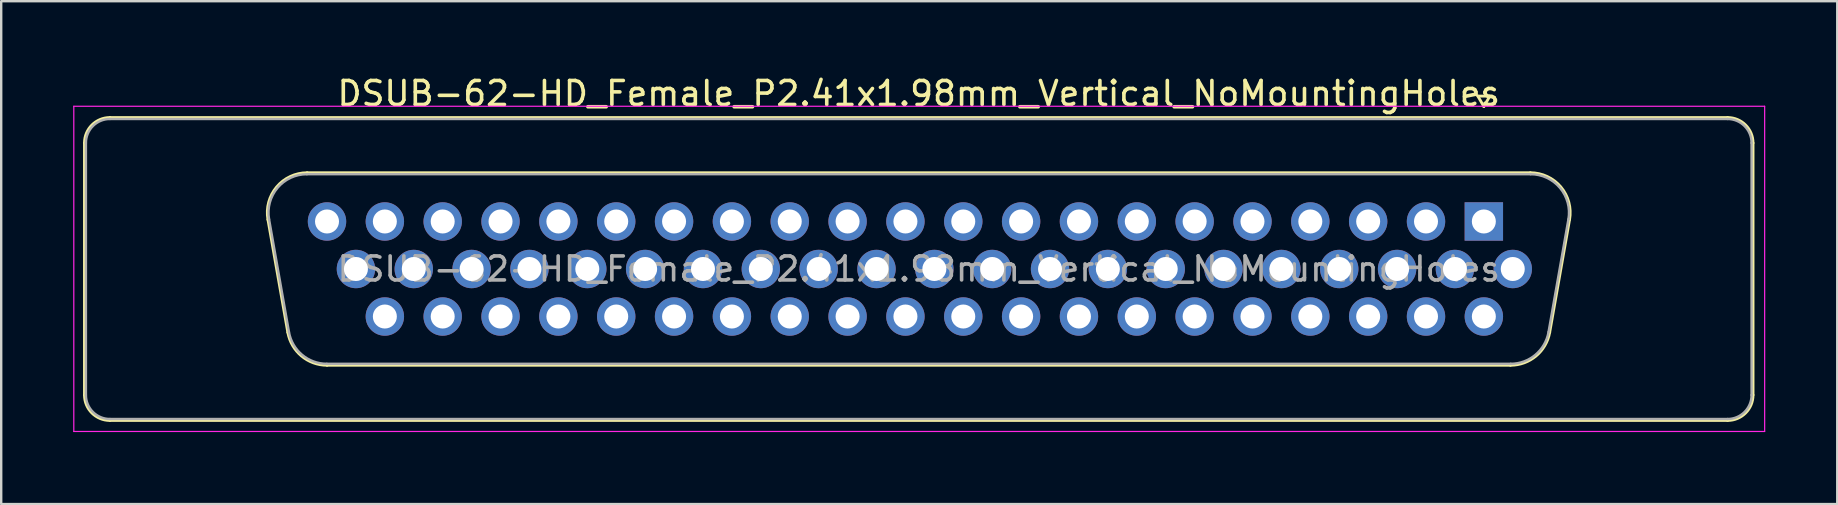
<source format=kicad_pcb>
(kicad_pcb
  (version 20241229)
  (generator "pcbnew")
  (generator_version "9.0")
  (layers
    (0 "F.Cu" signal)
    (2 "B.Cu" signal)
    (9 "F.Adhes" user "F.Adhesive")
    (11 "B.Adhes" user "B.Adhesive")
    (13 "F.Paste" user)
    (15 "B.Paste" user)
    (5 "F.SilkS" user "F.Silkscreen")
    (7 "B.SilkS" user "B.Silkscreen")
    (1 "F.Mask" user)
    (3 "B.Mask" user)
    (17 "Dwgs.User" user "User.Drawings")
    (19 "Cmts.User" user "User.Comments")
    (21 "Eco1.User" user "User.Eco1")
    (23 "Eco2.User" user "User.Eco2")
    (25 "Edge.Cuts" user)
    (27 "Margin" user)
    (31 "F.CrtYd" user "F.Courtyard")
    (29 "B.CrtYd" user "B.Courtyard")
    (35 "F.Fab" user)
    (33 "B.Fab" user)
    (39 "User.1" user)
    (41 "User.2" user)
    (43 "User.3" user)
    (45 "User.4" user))
  (footprint "DSUB-62-HD_Female_P2.41x1.98mm_Vertical_NoMountingHoles"
    (layer "F.Cu")
    (at 58.775 6.178)
    (property "Reference" "DSUB-62-HD_Female_P2.41x1.98mm_Vertical_NoMountingHoles" (at -23.545 -5.33 0) (layer "F.SilkS") (effects (font (size 1 1) (thickness 0.15))))
    (attr through_hole)
    (fp_line (start -58.305 7.23) (end -58.305 -3.27) (stroke (width 0.12) (type solid)) (layer "F.SilkS"))
    (fp_line (start -57.245 -4.33) (end 10.155 -4.33) (stroke (width 0.12) (type solid)) (layer "F.SilkS"))
    (fp_line (start -50.661 -0.082) (end -49.833 4.618) (stroke (width 0.12) (type solid)) (layer "F.SilkS"))
    (fp_line (start -49.027 -2.03) (end 1.937 -2.03) (stroke (width 0.12) (type solid)) (layer "F.SilkS"))
    (fp_line (start -48.198 5.99) (end 1.108 5.99) (stroke (width 0.12) (type solid)) (layer "F.SilkS"))
    (fp_line (start -0.25 -5.224) (end 0.25 -5.224) (stroke (width 0.12) (type solid)) (layer "F.SilkS"))
    (fp_line (start 0 -4.791) (end -0.25 -5.224) (stroke (width 0.12) (type solid)) (layer "F.SilkS"))
    (fp_line (start 0.25 -5.224) (end 0 -4.791) (stroke (width 0.12) (type solid)) (layer "F.SilkS"))
    (fp_line (start 3.571 -0.082) (end 2.743 4.618) (stroke (width 0.12) (type solid)) (layer "F.SilkS"))
    (fp_line (start 10.155 8.29) (end -57.245 8.29) (stroke (width 0.12) (type solid)) (layer "F.SilkS"))
    (fp_line (start 11.215 -3.27) (end 11.215 7.23) (stroke (width 0.12) (type solid)) (layer "F.SilkS"))
    (fp_arc (start -58.305 -3.27) (mid -57.994533 -4.019533) (end -57.245 -4.33) (stroke (width 0.12) (type solid)) (layer "F.SilkS"))
    (fp_arc (start -57.245 8.29) (mid -57.994533 7.979533) (end -58.305 7.23) (stroke (width 0.12) (type solid)) (layer "F.SilkS"))
    (fp_arc (start -50.66147 -0.081744) (mid -50.298323 -1.437028) (end -49.026689 -2.03) (stroke (width 0.12) (type solid)) (layer "F.SilkS"))
    (fp_arc (start -48.197952 5.99) (mid -49.264979 5.601634) (end -49.832733 4.618256) (stroke (width 0.12) (type solid)) (layer "F.SilkS"))
    (fp_arc (start 1.936689 -2.03) (mid 3.208323 -1.437027) (end 3.57147 -0.081744) (stroke (width 0.12) (type solid)) (layer "F.SilkS"))
    (fp_arc (start 2.742733 4.618256) (mid 2.17498 5.601634) (end 1.107952 5.99) (stroke (width 0.12) (type solid)) (layer "F.SilkS"))
    (fp_arc (start 10.155 -4.33) (mid 10.904533 -4.019533) (end 11.215 -3.27) (stroke (width 0.12) (type solid)) (layer "F.SilkS"))
    (fp_arc (start 11.215 7.23) (mid 10.904533 7.979533) (end 10.155 8.29) (stroke (width 0.12) (type solid)) (layer "F.SilkS"))
    (fp_line (start -58.75 -4.8) (end -58.75 8.75) (stroke (width 0.05) (type solid)) (layer "F.CrtYd"))
    (fp_line (start -58.75 8.75) (end 11.7 8.75) (stroke (width 0.05) (type solid)) (layer "F.CrtYd"))
    (fp_line (start 11.7 -4.8) (end -58.75 -4.8) (stroke (width 0.05) (type solid)) (layer "F.CrtYd"))
    (fp_line (start 11.7 8.75) (end 11.7 -4.8) (stroke (width 0.05) (type solid)) (layer "F.CrtYd"))
    (fp_line (start -58.245 7.23) (end -58.245 -3.27) (stroke (width 0.1) (type solid)) (layer "F.Fab"))
    (fp_line (start -57.245 -4.27) (end 10.155 -4.27) (stroke (width 0.1) (type solid)) (layer "F.Fab"))
    (fp_line (start -50.614 -0.092) (end -49.785 4.608) (stroke (width 0.1) (type solid)) (layer "F.Fab"))
    (fp_line (start -49.038 -1.97) (end 1.948 -1.97) (stroke (width 0.1) (type solid)) (layer "F.Fab"))
    (fp_line (start -48.209 5.93) (end 1.119 5.93) (stroke (width 0.1) (type solid)) (layer "F.Fab"))
    (fp_line (start 3.524 -0.092) (end 2.695 4.608) (stroke (width 0.1) (type solid)) (layer "F.Fab"))
    (fp_line (start 10.155 8.23) (end -57.245 8.23) (stroke (width 0.1) (type solid)) (layer "F.Fab"))
    (fp_line (start 11.155 -3.27) (end 11.155 7.23) (stroke (width 0.1) (type solid)) (layer "F.Fab"))
    (fp_arc (start -58.245 -3.27) (mid -57.952107 -3.977107) (end -57.245 -4.27) (stroke (width 0.1) (type solid)) (layer "F.Fab"))
    (fp_arc (start -57.245 8.23) (mid -57.952107 7.937107) (end -58.245 7.23) (stroke (width 0.1) (type solid)) (layer "F.Fab"))
    (fp_arc (start -50.613886 -0.092163) (mid -50.263865 -1.39846) (end -49.038194 -1.97) (stroke (width 0.1) (type solid)) (layer "F.Fab"))
    (fp_arc (start -48.209457 5.93) (mid -49.237917 5.555671) (end -49.785149 4.607837) (stroke (width 0.1) (type solid)) (layer "F.Fab"))
    (fp_arc (start 1.948194 -1.97) (mid 3.173865 -1.39846) (end 3.523886 -0.092163) (stroke (width 0.1) (type solid)) (layer "F.Fab"))
    (fp_arc (start 2.695149 4.607837) (mid 2.147917 5.555671) (end 1.119457 5.93) (stroke (width 0.1) (type solid)) (layer "F.Fab"))
    (fp_arc (start 10.155 -4.27) (mid 10.862107 -3.977107) (end 11.155 -3.27) (stroke (width 0.1) (type solid)) (layer "F.Fab"))
    (fp_arc (start 11.155 7.23) (mid 10.862107 7.937107) (end 10.155 8.23) (stroke (width 0.1) (type solid)) (layer "F.Fab"))
    (fp_text user "${REFERENCE}" (at -23.545 1.98 0) (layer "F.Fab") (effects (font (size 1 1) (thickness 0.15))))
    (pad "1" thru_hole rect (at 0 0) (size 1.6 1.6) (drill 1) (layers "*.Cu" "*.Mask"))
    (pad "2" thru_hole circle (at -2.41 0) (size 1.6 1.6) (drill 1) (layers "*.Cu" "*.Mask"))
    (pad "3" thru_hole circle (at -4.82 0) (size 1.6 1.6) (drill 1) (layers "*.Cu" "*.Mask"))
    (pad "4" thru_hole circle (at -7.23 0) (size 1.6 1.6) (drill 1) (layers "*.Cu" "*.Mask"))
    (pad "5" thru_hole circle (at -9.64 0) (size 1.6 1.6) (drill 1) (layers "*.Cu" "*.Mask"))
    (pad "6" thru_hole circle (at -12.05 0) (size 1.6 1.6) (drill 1) (layers "*.Cu" "*.Mask"))
    (pad "7" thru_hole circle (at -14.46 0) (size 1.6 1.6) (drill 1) (layers "*.Cu" "*.Mask"))
    (pad "8" thru_hole circle (at -16.87 0) (size 1.6 1.6) (drill 1) (layers "*.Cu" "*.Mask"))
    (pad "9" thru_hole circle (at -19.28 0) (size 1.6 1.6) (drill 1) (layers "*.Cu" "*.Mask"))
    (pad "10" thru_hole circle (at -21.69 0) (size 1.6 1.6) (drill 1) (layers "*.Cu" "*.Mask"))
    (pad "11" thru_hole circle (at -24.1 0) (size 1.6 1.6) (drill 1) (layers "*.Cu" "*.Mask"))
    (pad "12" thru_hole circle (at -26.51 0) (size 1.6 1.6) (drill 1) (layers "*.Cu" "*.Mask"))
    (pad "13" thru_hole circle (at -28.92 0) (size 1.6 1.6) (drill 1) (layers "*.Cu" "*.Mask"))
    (pad "14" thru_hole circle (at -31.33 0) (size 1.6 1.6) (drill 1) (layers "*.Cu" "*.Mask"))
    (pad "15" thru_hole circle (at -33.74 0) (size 1.6 1.6) (drill 1) (layers "*.Cu" "*.Mask"))
    (pad "16" thru_hole circle (at -36.15 0) (size 1.6 1.6) (drill 1) (layers "*.Cu" "*.Mask"))
    (pad "17" thru_hole circle (at -38.56 0) (size 1.6 1.6) (drill 1) (layers "*.Cu" "*.Mask"))
    (pad "18" thru_hole circle (at -40.97 0) (size 1.6 1.6) (drill 1) (layers "*.Cu" "*.Mask"))
    (pad "19" thru_hole circle (at -43.38 0) (size 1.6 1.6) (drill 1) (layers "*.Cu" "*.Mask"))
    (pad "20" thru_hole circle (at -45.79 0) (size 1.6 1.6) (drill 1) (layers "*.Cu" "*.Mask"))
    (pad "21" thru_hole circle (at -48.2 0) (size 1.6 1.6) (drill 1) (layers "*.Cu" "*.Mask"))
    (pad "22" thru_hole circle (at 1.205 1.98) (size 1.6 1.6) (drill 1) (layers "*.Cu" "*.Mask"))
    (pad "23" thru_hole circle (at -1.205 1.98) (size 1.6 1.6) (drill 1) (layers "*.Cu" "*.Mask"))
    (pad "24" thru_hole circle (at -3.615 1.98) (size 1.6 1.6) (drill 1) (layers "*.Cu" "*.Mask"))
    (pad "25" thru_hole circle (at -6.025 1.98) (size 1.6 1.6) (drill 1) (layers "*.Cu" "*.Mask"))
    (pad "26" thru_hole circle (at -8.435 1.98) (size 1.6 1.6) (drill 1) (layers "*.Cu" "*.Mask"))
    (pad "27" thru_hole circle (at -10.845 1.98) (size 1.6 1.6) (drill 1) (layers "*.Cu" "*.Mask"))
    (pad "28" thru_hole circle (at -13.255 1.98) (size 1.6 1.6) (drill 1) (layers "*.Cu" "*.Mask"))
    (pad "29" thru_hole circle (at -15.665 1.98) (size 1.6 1.6) (drill 1) (layers "*.Cu" "*.Mask"))
    (pad "30" thru_hole circle (at -18.075 1.98) (size 1.6 1.6) (drill 1) (layers "*.Cu" "*.Mask"))
    (pad "31" thru_hole circle (at -20.485 1.98) (size 1.6 1.6) (drill 1) (layers "*.Cu" "*.Mask"))
    (pad "32" thru_hole circle (at -22.895 1.98) (size 1.6 1.6) (drill 1) (layers "*.Cu" "*.Mask"))
    (pad "33" thru_hole circle (at -25.305 1.98) (size 1.6 1.6) (drill 1) (layers "*.Cu" "*.Mask"))
    (pad "34" thru_hole circle (at -27.715 1.98) (size 1.6 1.6) (drill 1) (layers "*.Cu" "*.Mask"))
    (pad "35" thru_hole circle (at -30.125 1.98) (size 1.6 1.6) (drill 1) (layers "*.Cu" "*.Mask"))
    (pad "36" thru_hole circle (at -32.535 1.98) (size 1.6 1.6) (drill 1) (layers "*.Cu" "*.Mask"))
    (pad "37" thru_hole circle (at -34.945 1.98) (size 1.6 1.6) (drill 1) (layers "*.Cu" "*.Mask"))
    (pad "38" thru_hole circle (at -37.355 1.98) (size 1.6 1.6) (drill 1) (layers "*.Cu" "*.Mask"))
    (pad "39" thru_hole circle (at -39.765 1.98) (size 1.6 1.6) (drill 1) (layers "*.Cu" "*.Mask"))
    (pad "40" thru_hole circle (at -42.175 1.98) (size 1.6 1.6) (drill 1) (layers "*.Cu" "*.Mask"))
    (pad "41" thru_hole circle (at -44.585 1.98) (size 1.6 1.6) (drill 1) (layers "*.Cu" "*.Mask"))
    (pad "42" thru_hole circle (at -46.995 1.98) (size 1.6 1.6) (drill 1) (layers "*.Cu" "*.Mask"))
    (pad "43" thru_hole circle (at 0 3.96) (size 1.6 1.6) (drill 1) (layers "*.Cu" "*.Mask"))
    (pad "44" thru_hole circle (at -2.41 3.96) (size 1.6 1.6) (drill 1) (layers "*.Cu" "*.Mask"))
    (pad "45" thru_hole circle (at -4.82 3.96) (size 1.6 1.6) (drill 1) (layers "*.Cu" "*.Mask"))
    (pad "46" thru_hole circle (at -7.23 3.96) (size 1.6 1.6) (drill 1) (layers "*.Cu" "*.Mask"))
    (pad "47" thru_hole circle (at -9.64 3.96) (size 1.6 1.6) (drill 1) (layers "*.Cu" "*.Mask"))
    (pad "48" thru_hole circle (at -12.05 3.96) (size 1.6 1.6) (drill 1) (layers "*.Cu" "*.Mask"))
    (pad "49" thru_hole circle (at -14.46 3.96) (size 1.6 1.6) (drill 1) (layers "*.Cu" "*.Mask"))
    (pad "50" thru_hole circle (at -16.87 3.96) (size 1.6 1.6) (drill 1) (layers "*.Cu" "*.Mask"))
    (pad "51" thru_hole circle (at -19.28 3.96) (size 1.6 1.6) (drill 1) (layers "*.Cu" "*.Mask"))
    (pad "52" thru_hole circle (at -21.69 3.96) (size 1.6 1.6) (drill 1) (layers "*.Cu" "*.Mask"))
    (pad "53" thru_hole circle (at -24.1 3.96) (size 1.6 1.6) (drill 1) (layers "*.Cu" "*.Mask"))
    (pad "54" thru_hole circle (at -26.51 3.96) (size 1.6 1.6) (drill 1) (layers "*.Cu" "*.Mask"))
    (pad "55" thru_hole circle (at -28.92 3.96) (size 1.6 1.6) (drill 1) (layers "*.Cu" "*.Mask"))
    (pad "56" thru_hole circle (at -31.33 3.96) (size 1.6 1.6) (drill 1) (layers "*.Cu" "*.Mask"))
    (pad "57" thru_hole circle (at -33.74 3.96) (size 1.6 1.6) (drill 1) (layers "*.Cu" "*.Mask"))
    (pad "58" thru_hole circle (at -36.15 3.96) (size 1.6 1.6) (drill 1) (layers "*.Cu" "*.Mask"))
    (pad "59" thru_hole circle (at -38.56 3.96) (size 1.6 1.6) (drill 1) (layers "*.Cu" "*.Mask"))
    (pad "60" thru_hole circle (at -40.97 3.96) (size 1.6 1.6) (drill 1) (layers "*.Cu" "*.Mask"))
    (pad "61" thru_hole circle (at -43.38 3.96) (size 1.6 1.6) (drill 1) (layers "*.Cu" "*.Mask"))
    (pad "62" thru_hole circle (at -45.79 3.96) (size 1.6 1.6) (drill 1) (layers "*.Cu" "*.Mask")))
  (gr_rect
    (start -3 -3)
    (end 73.5 17.953)
    (stroke (width 0.1) (type default))
    (fill no)
    (layer "Edge.Cuts")))
</source>
